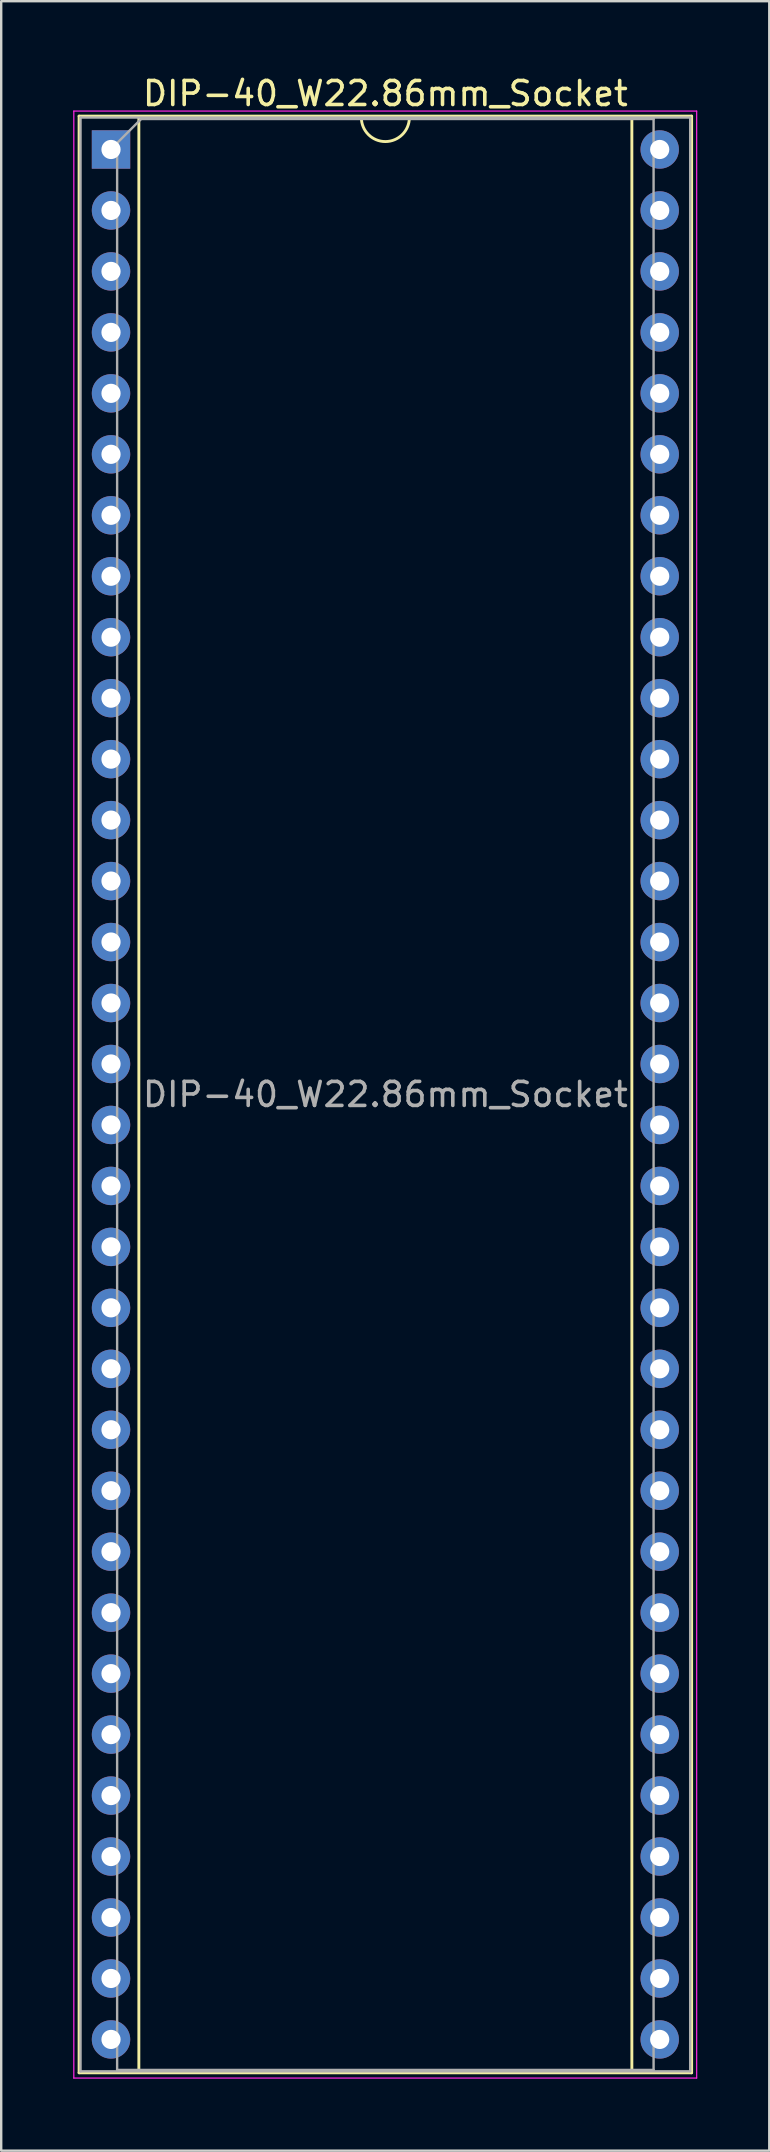
<source format=kicad_pcb>
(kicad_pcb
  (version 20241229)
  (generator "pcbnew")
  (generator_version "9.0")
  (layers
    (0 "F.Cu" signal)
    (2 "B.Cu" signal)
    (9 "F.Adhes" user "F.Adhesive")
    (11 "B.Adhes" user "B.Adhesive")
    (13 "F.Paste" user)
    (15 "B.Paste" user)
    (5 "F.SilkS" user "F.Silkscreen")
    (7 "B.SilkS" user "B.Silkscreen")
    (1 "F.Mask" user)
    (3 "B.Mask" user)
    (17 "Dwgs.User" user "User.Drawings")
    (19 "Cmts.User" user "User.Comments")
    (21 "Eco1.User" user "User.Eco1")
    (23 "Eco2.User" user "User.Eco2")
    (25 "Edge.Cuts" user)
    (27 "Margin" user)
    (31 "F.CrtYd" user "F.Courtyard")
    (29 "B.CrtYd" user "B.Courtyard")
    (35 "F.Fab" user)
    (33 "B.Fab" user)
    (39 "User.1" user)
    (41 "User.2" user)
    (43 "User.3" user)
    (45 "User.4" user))
  (footprint "DIP-40_W22.86mm_Socket"
    (layer "F.Cu")
    (at 1.575 3.178)
    (property "Reference" "DIP-40_W22.86mm_Socket" (at 11.43 -2.33 0) (layer "F.SilkS") (effects (font (size 1 1) (thickness 0.15))))
    (attr through_hole)
    (fp_line (start -1.33 -1.39) (end -1.33 80.13) (stroke (width 0.12) (type solid)) (layer "F.SilkS"))
    (fp_line (start -1.33 80.13) (end 24.19 80.13) (stroke (width 0.12) (type solid)) (layer "F.SilkS"))
    (fp_line (start 1.16 -1.33) (end 1.16 80.07) (stroke (width 0.12) (type solid)) (layer "F.SilkS"))
    (fp_line (start 1.16 80.07) (end 21.7 80.07) (stroke (width 0.12) (type solid)) (layer "F.SilkS"))
    (fp_line (start 10.43 -1.33) (end 1.16 -1.33) (stroke (width 0.12) (type solid)) (layer "F.SilkS"))
    (fp_line (start 21.7 -1.33) (end 12.43 -1.33) (stroke (width 0.12) (type solid)) (layer "F.SilkS"))
    (fp_line (start 21.7 80.07) (end 21.7 -1.33) (stroke (width 0.12) (type solid)) (layer "F.SilkS"))
    (fp_line (start 24.19 -1.39) (end -1.33 -1.39) (stroke (width 0.12) (type solid)) (layer "F.SilkS"))
    (fp_line (start 24.19 80.13) (end 24.19 -1.39) (stroke (width 0.12) (type solid)) (layer "F.SilkS"))
    (fp_arc (start 12.43 -1.33) (mid 11.43 -0.33) (end 10.43 -1.33) (stroke (width 0.12) (type solid)) (layer "F.SilkS"))
    (fp_line (start -1.55 -1.6) (end -1.55 80.35) (stroke (width 0.05) (type solid)) (layer "F.CrtYd"))
    (fp_line (start -1.55 80.35) (end 24.4 80.35) (stroke (width 0.05) (type solid)) (layer "F.CrtYd"))
    (fp_line (start 24.4 -1.6) (end -1.55 -1.6) (stroke (width 0.05) (type solid)) (layer "F.CrtYd"))
    (fp_line (start 24.4 80.35) (end 24.4 -1.6) (stroke (width 0.05) (type solid)) (layer "F.CrtYd"))
    (fp_line (start -1.27 -1.33) (end -1.27 80.07) (stroke (width 0.1) (type solid)) (layer "F.Fab"))
    (fp_line (start -1.27 80.07) (end 24.13 80.07) (stroke (width 0.1) (type solid)) (layer "F.Fab"))
    (fp_line (start 0.255 -0.27) (end 1.255 -1.27) (stroke (width 0.1) (type solid)) (layer "F.Fab"))
    (fp_line (start 0.255 80.01) (end 0.255 -0.27) (stroke (width 0.1) (type solid)) (layer "F.Fab"))
    (fp_line (start 1.255 -1.27) (end 22.605 -1.27) (stroke (width 0.1) (type solid)) (layer "F.Fab"))
    (fp_line (start 22.605 -1.27) (end 22.605 80.01) (stroke (width 0.1) (type solid)) (layer "F.Fab"))
    (fp_line (start 22.605 80.01) (end 0.255 80.01) (stroke (width 0.1) (type solid)) (layer "F.Fab"))
    (fp_line (start 24.13 -1.33) (end -1.27 -1.33) (stroke (width 0.1) (type solid)) (layer "F.Fab"))
    (fp_line (start 24.13 80.07) (end 24.13 -1.33) (stroke (width 0.1) (type solid)) (layer "F.Fab"))
    (fp_text user "${REFERENCE}" (at 11.43 39.37 0) (layer "F.Fab") (effects (font (size 1 1) (thickness 0.15))))
    (pad "1" thru_hole rect (at 0 0) (size 1.6 1.6) (drill 0.8) (layers "*.Cu" "*.Mask"))
    (pad "2" thru_hole oval (at 0 2.54) (size 1.6 1.6) (drill 0.8) (layers "*.Cu" "*.Mask"))
    (pad "3" thru_hole oval (at 0 5.08) (size 1.6 1.6) (drill 0.8) (layers "*.Cu" "*.Mask"))
    (pad "4" thru_hole oval (at 0 7.62) (size 1.6 1.6) (drill 0.8) (layers "*.Cu" "*.Mask"))
    (pad "5" thru_hole oval (at 0 10.16) (size 1.6 1.6) (drill 0.8) (layers "*.Cu" "*.Mask"))
    (pad "6" thru_hole oval (at 0 12.7) (size 1.6 1.6) (drill 0.8) (layers "*.Cu" "*.Mask"))
    (pad "7" thru_hole oval (at 0 15.24) (size 1.6 1.6) (drill 0.8) (layers "*.Cu" "*.Mask"))
    (pad "8" thru_hole oval (at 0 17.78) (size 1.6 1.6) (drill 0.8) (layers "*.Cu" "*.Mask"))
    (pad "9" thru_hole oval (at 0 20.32) (size 1.6 1.6) (drill 0.8) (layers "*.Cu" "*.Mask"))
    (pad "10" thru_hole oval (at 0 22.86) (size 1.6 1.6) (drill 0.8) (layers "*.Cu" "*.Mask"))
    (pad "11" thru_hole oval (at 0 25.4) (size 1.6 1.6) (drill 0.8) (layers "*.Cu" "*.Mask"))
    (pad "12" thru_hole oval (at 0 27.94) (size 1.6 1.6) (drill 0.8) (layers "*.Cu" "*.Mask"))
    (pad "13" thru_hole oval (at 0 30.48) (size 1.6 1.6) (drill 0.8) (layers "*.Cu" "*.Mask"))
    (pad "14" thru_hole oval (at 0 33.02) (size 1.6 1.6) (drill 0.8) (layers "*.Cu" "*.Mask"))
    (pad "15" thru_hole oval (at 0 35.56) (size 1.6 1.6) (drill 0.8) (layers "*.Cu" "*.Mask"))
    (pad "16" thru_hole oval (at 0 38.1) (size 1.6 1.6) (drill 0.8) (layers "*.Cu" "*.Mask"))
    (pad "17" thru_hole oval (at 0 40.64) (size 1.6 1.6) (drill 0.8) (layers "*.Cu" "*.Mask"))
    (pad "18" thru_hole oval (at 0 43.18) (size 1.6 1.6) (drill 0.8) (layers "*.Cu" "*.Mask"))
    (pad "19" thru_hole oval (at 0 45.72) (size 1.6 1.6) (drill 0.8) (layers "*.Cu" "*.Mask"))
    (pad "20" thru_hole oval (at 0 48.26) (size 1.6 1.6) (drill 0.8) (layers "*.Cu" "*.Mask"))
    (pad "21" thru_hole oval (at 0 50.8) (size 1.6 1.6) (drill 0.8) (layers "*.Cu" "*.Mask"))
    (pad "22" thru_hole oval (at 0 53.34) (size 1.6 1.6) (drill 0.8) (layers "*.Cu" "*.Mask"))
    (pad "23" thru_hole oval (at 0 55.88) (size 1.6 1.6) (drill 0.8) (layers "*.Cu" "*.Mask"))
    (pad "24" thru_hole oval (at 0 58.42) (size 1.6 1.6) (drill 0.8) (layers "*.Cu" "*.Mask"))
    (pad "25" thru_hole oval (at 0 60.96) (size 1.6 1.6) (drill 0.8) (layers "*.Cu" "*.Mask"))
    (pad "26" thru_hole oval (at 0 63.5) (size 1.6 1.6) (drill 0.8) (layers "*.Cu" "*.Mask"))
    (pad "27" thru_hole oval (at 0 66.04) (size 1.6 1.6) (drill 0.8) (layers "*.Cu" "*.Mask"))
    (pad "28" thru_hole oval (at 0 68.58) (size 1.6 1.6) (drill 0.8) (layers "*.Cu" "*.Mask"))
    (pad "29" thru_hole oval (at 0 71.12) (size 1.6 1.6) (drill 0.8) (layers "*.Cu" "*.Mask"))
    (pad "30" thru_hole oval (at 0 73.66) (size 1.6 1.6) (drill 0.8) (layers "*.Cu" "*.Mask"))
    (pad "31" thru_hole oval (at 0 76.2) (size 1.6 1.6) (drill 0.8) (layers "*.Cu" "*.Mask"))
    (pad "32" thru_hole oval (at 0 78.74) (size 1.6 1.6) (drill 0.8) (layers "*.Cu" "*.Mask"))
    (pad "33" thru_hole oval (at 22.86 78.74) (size 1.6 1.6) (drill 0.8) (layers "*.Cu" "*.Mask"))
    (pad "34" thru_hole oval (at 22.86 76.2) (size 1.6 1.6) (drill 0.8) (layers "*.Cu" "*.Mask"))
    (pad "35" thru_hole oval (at 22.86 73.66) (size 1.6 1.6) (drill 0.8) (layers "*.Cu" "*.Mask"))
    (pad "36" thru_hole oval (at 22.86 71.12) (size 1.6 1.6) (drill 0.8) (layers "*.Cu" "*.Mask"))
    (pad "37" thru_hole oval (at 22.86 68.58) (size 1.6 1.6) (drill 0.8) (layers "*.Cu" "*.Mask"))
    (pad "38" thru_hole oval (at 22.86 66.04) (size 1.6 1.6) (drill 0.8) (layers "*.Cu" "*.Mask"))
    (pad "39" thru_hole oval (at 22.86 63.5) (size 1.6 1.6) (drill 0.8) (layers "*.Cu" "*.Mask"))
    (pad "40" thru_hole oval (at 22.86 60.96) (size 1.6 1.6) (drill 0.8) (layers "*.Cu" "*.Mask"))
    (pad "41" thru_hole oval (at 22.86 58.42) (size 1.6 1.6) (drill 0.8) (layers "*.Cu" "*.Mask"))
    (pad "42" thru_hole oval (at 22.86 55.88) (size 1.6 1.6) (drill 0.8) (layers "*.Cu" "*.Mask"))
    (pad "43" thru_hole oval (at 22.86 53.34) (size 1.6 1.6) (drill 0.8) (layers "*.Cu" "*.Mask"))
    (pad "44" thru_hole oval (at 22.86 50.8) (size 1.6 1.6) (drill 0.8) (layers "*.Cu" "*.Mask"))
    (pad "45" thru_hole oval (at 22.86 48.26) (size 1.6 1.6) (drill 0.8) (layers "*.Cu" "*.Mask"))
    (pad "46" thru_hole oval (at 22.86 45.72) (size 1.6 1.6) (drill 0.8) (layers "*.Cu" "*.Mask"))
    (pad "47" thru_hole oval (at 22.86 43.18) (size 1.6 1.6) (drill 0.8) (layers "*.Cu" "*.Mask"))
    (pad "48" thru_hole oval (at 22.86 40.64) (size 1.6 1.6) (drill 0.8) (layers "*.Cu" "*.Mask"))
    (pad "49" thru_hole oval (at 22.86 38.1) (size 1.6 1.6) (drill 0.8) (layers "*.Cu" "*.Mask"))
    (pad "50" thru_hole oval (at 22.86 35.56) (size 1.6 1.6) (drill 0.8) (layers "*.Cu" "*.Mask"))
    (pad "51" thru_hole oval (at 22.86 33.02) (size 1.6 1.6) (drill 0.8) (layers "*.Cu" "*.Mask"))
    (pad "52" thru_hole oval (at 22.86 30.48) (size 1.6 1.6) (drill 0.8) (layers "*.Cu" "*.Mask"))
    (pad "53" thru_hole oval (at 22.86 27.94) (size 1.6 1.6) (drill 0.8) (layers "*.Cu" "*.Mask"))
    (pad "54" thru_hole oval (at 22.86 25.4) (size 1.6 1.6) (drill 0.8) (layers "*.Cu" "*.Mask"))
    (pad "55" thru_hole oval (at 22.86 22.86) (size 1.6 1.6) (drill 0.8) (layers "*.Cu" "*.Mask"))
    (pad "56" thru_hole oval (at 22.86 20.32) (size 1.6 1.6) (drill 0.8) (layers "*.Cu" "*.Mask"))
    (pad "57" thru_hole oval (at 22.86 17.78) (size 1.6 1.6) (drill 0.8) (layers "*.Cu" "*.Mask"))
    (pad "58" thru_hole oval (at 22.86 15.24) (size 1.6 1.6) (drill 0.8) (layers "*.Cu" "*.Mask"))
    (pad "59" thru_hole oval (at 22.86 12.7) (size 1.6 1.6) (drill 0.8) (layers "*.Cu" "*.Mask"))
    (pad "60" thru_hole oval (at 22.86 10.16) (size 1.6 1.6) (drill 0.8) (layers "*.Cu" "*.Mask"))
    (pad "61" thru_hole oval (at 22.86 7.62) (size 1.6 1.6) (drill 0.8) (layers "*.Cu" "*.Mask"))
    (pad "62" thru_hole oval (at 22.86 5.08) (size 1.6 1.6) (drill 0.8) (layers "*.Cu" "*.Mask"))
    (pad "63" thru_hole oval (at 22.86 2.54) (size 1.6 1.6) (drill 0.8) (layers "*.Cu" "*.Mask"))
    (pad "64" thru_hole oval (at 22.86 0) (size 1.6 1.6) (drill 0.8) (layers "*.Cu" "*.Mask")))
  (gr_rect
    (start -3 -3)
    (end 29 86.553)
    (stroke (width 0.1) (type default))
    (fill no)
    (layer "Edge.Cuts")))
</source>
